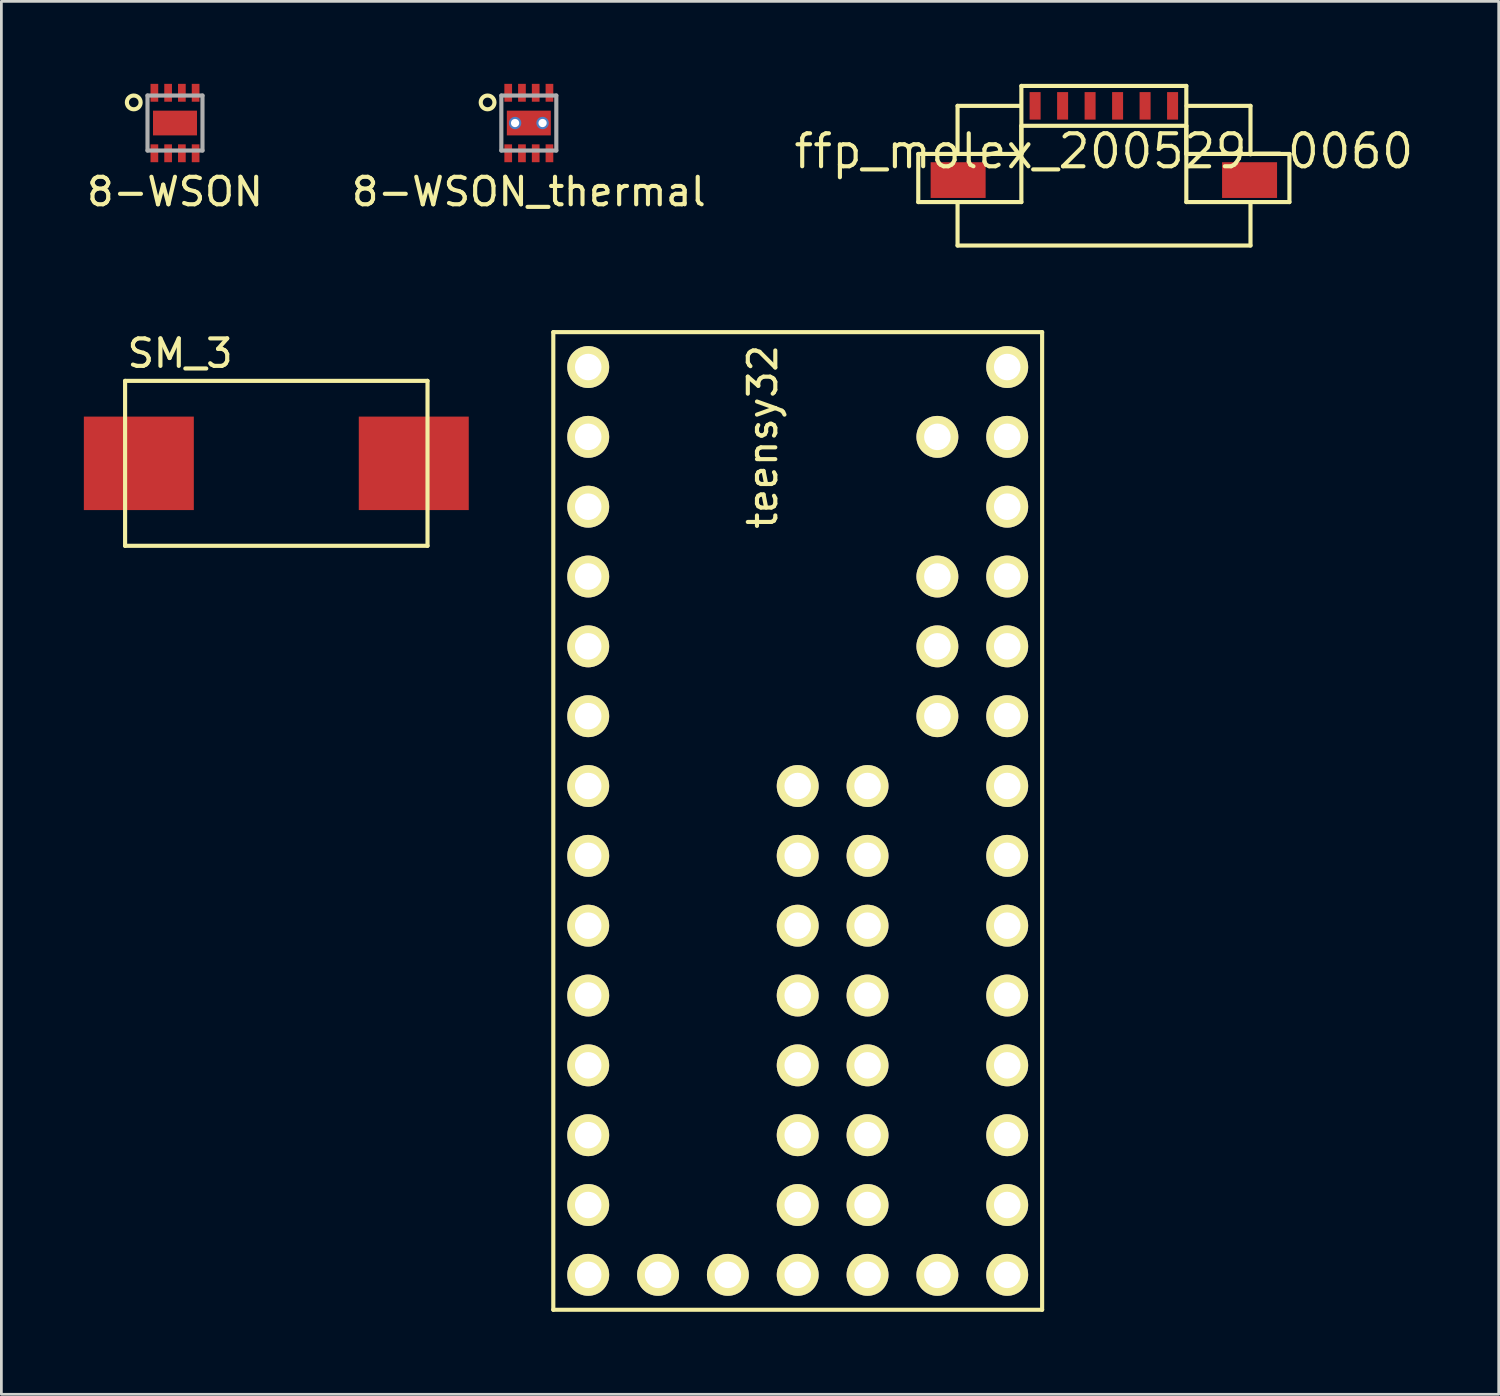
<source format=kicad_pcb>
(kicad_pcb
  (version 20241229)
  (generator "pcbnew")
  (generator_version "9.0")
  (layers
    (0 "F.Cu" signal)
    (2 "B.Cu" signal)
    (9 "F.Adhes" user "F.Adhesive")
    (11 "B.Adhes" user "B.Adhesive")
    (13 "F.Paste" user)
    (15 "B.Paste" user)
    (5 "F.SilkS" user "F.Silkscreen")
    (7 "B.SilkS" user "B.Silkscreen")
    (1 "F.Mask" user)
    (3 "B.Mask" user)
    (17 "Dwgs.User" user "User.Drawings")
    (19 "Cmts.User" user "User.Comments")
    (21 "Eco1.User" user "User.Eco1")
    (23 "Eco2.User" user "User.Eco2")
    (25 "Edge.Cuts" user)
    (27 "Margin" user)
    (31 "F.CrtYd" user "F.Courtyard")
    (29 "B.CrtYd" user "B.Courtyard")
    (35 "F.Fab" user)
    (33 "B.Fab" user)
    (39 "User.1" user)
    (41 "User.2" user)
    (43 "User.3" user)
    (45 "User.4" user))
  (footprint "8-WSON_thermal"
    (layer "F.Cu")
    (at 16.185 1.425)
    (property "Reference" "8-WSON_thermal" (at 0 2.5 0) (layer "F.SilkS") (effects (font (size 1 1) (thickness 0.15))))
    (attr through_hole)
    (fp_circle (center -1.5 -0.75) (end -1.75 -0.75) (stroke (width 0.15) (type solid)) (fill no) (layer "F.SilkS"))
    (fp_line (start -1 -1) (end 1 -1) (stroke (width 0.15) (type solid)) (layer "F.Fab"))
    (fp_line (start -1 1) (end -1 -1) (stroke (width 0.15) (type solid)) (layer "F.Fab"))
    (fp_line (start 1 -1) (end 1 1) (stroke (width 0.15) (type solid)) (layer "F.Fab"))
    (fp_line (start 1 1) (end -1 1) (stroke (width 0.15) (type solid)) (layer "F.Fab"))
    (pad "1" smd rect (at -0.75 -1.1) (size 0.28 0.65) (layers "F.Cu" "F.Mask" "F.Paste"))
    (pad "2" smd rect (at -0.25 -1.1) (size 0.28 0.65) (layers "F.Cu" "F.Mask" "F.Paste"))
    (pad "3" smd rect (at 0.25 -1.1) (size 0.28 0.65) (layers "F.Cu" "F.Mask" "F.Paste"))
    (pad "4" smd rect (at 0.75 -1.1) (size 0.28 0.65) (layers "F.Cu" "F.Mask" "F.Paste"))
    (pad "5" smd rect (at 0.75 1.1) (size 0.28 0.65) (layers "F.Cu" "F.Mask" "F.Paste"))
    (pad "6" smd rect (at 0.25 1.1) (size 0.28 0.65) (layers "F.Cu" "F.Mask" "F.Paste"))
    (pad "7" smd rect (at -0.25 1.1) (size 0.28 0.65) (layers "F.Cu" "F.Mask" "F.Paste"))
    (pad "8" smd rect (at -0.75 1.1) (size 0.28 0.65) (layers "F.Cu" "F.Mask" "F.Paste"))
    (pad "EP" thru_hole circle (at -0.5 0) (size 0.45 0.45) (drill 0.3) (layers "*.Cu" "*.Mask"))
    (pad "EP" smd rect (at 0 0) (size 1.6 0.9) (layers "F.Cu" "F.Mask" "F.Paste"))
    (pad "EP" thru_hole circle (at 0.5 0) (size 0.45 0.45) (drill 0.3) (layers "*.Cu" "*.Mask")))
  (footprint "8-WSON"
    (layer "F.Cu")
    (at 3.315 1.425)
    (property "Reference" "8-WSON" (at 0 2.5 0) (layer "F.SilkS") (effects (font (size 1 1) (thickness 0.15))))
    (attr through_hole)
    (fp_circle (center -1.5 -0.75) (end -1.75 -0.75) (stroke (width 0.15) (type solid)) (fill no) (layer "F.SilkS"))
    (fp_line (start -1 -1) (end 1 -1) (stroke (width 0.15) (type solid)) (layer "F.Fab"))
    (fp_line (start -1 1) (end -1 -1) (stroke (width 0.15) (type solid)) (layer "F.Fab"))
    (fp_line (start 1 -1) (end 1 1) (stroke (width 0.15) (type solid)) (layer "F.Fab"))
    (fp_line (start 1 1) (end -1 1) (stroke (width 0.15) (type solid)) (layer "F.Fab"))
    (pad "1" smd rect (at -0.75 -1.1) (size 0.28 0.65) (layers "F.Cu" "F.Mask" "F.Paste"))
    (pad "2" smd rect (at -0.25 -1.1) (size 0.28 0.65) (layers "F.Cu" "F.Mask" "F.Paste"))
    (pad "3" smd rect (at 0.25 -1.1) (size 0.28 0.65) (layers "F.Cu" "F.Mask" "F.Paste"))
    (pad "4" smd rect (at 0.75 -1.1) (size 0.28 0.65) (layers "F.Cu" "F.Mask" "F.Paste"))
    (pad "5" smd rect (at 0.75 1.1) (size 0.28 0.65) (layers "F.Cu" "F.Mask" "F.Paste"))
    (pad "6" smd rect (at 0.25 1.1) (size 0.28 0.65) (layers "F.Cu" "F.Mask" "F.Paste"))
    (pad "7" smd rect (at -0.25 1.1) (size 0.28 0.65) (layers "F.Cu" "F.Mask" "F.Paste"))
    (pad "8" smd rect (at -0.75 1.1) (size 0.28 0.65) (layers "F.Cu" "F.Mask" "F.Paste"))
    (pad "EP" smd rect (at 0 0) (size 1.6 0.9) (layers "F.Cu" "F.Mask" "F.Paste")))
  (footprint "SM_3"
    (layer "F.Cu")
    (at 2 13.803)
    (property "Reference" "SM_3" (at 1.5 -4 0) (layer "F.SilkS") (effects (font (size 1 1) (thickness 0.15))))
    (attr through_hole)
    (fp_line (start -0.5 -3) (end 10.5 -3) (stroke (width 0.15) (type solid)) (layer "F.SilkS"))
    (fp_line (start -0.5 3) (end -0.5 -3) (stroke (width 0.15) (type solid)) (layer "F.SilkS"))
    (fp_line (start 10.5 -3) (end 10.5 3) (stroke (width 0.15) (type solid)) (layer "F.SilkS"))
    (fp_line (start 10.5 3) (end -0.5 3) (stroke (width 0.15) (type solid)) (layer "F.SilkS"))
    (pad "1" smd rect (at 0 0) (size 4 3.4) (layers "F.Cu" "F.Mask" "F.Paste"))
    (pad "2" smd rect (at 10 0) (size 4 3.4) (layers "F.Cu" "F.Mask" "F.Paste")))
  (footprint "ffp_molex_200529-0060"
    (layer "F.Cu")
    (at 37.1 0.8)
    (property "Reference" "ffp_molex_200529-0060" (at 0 1.65 0) (layer "F.SilkS") (effects (font (size 1.2 1.2) (thickness 0.15))))
    (attr through_hole)
    (fp_line (start -6.75 1.75) (end -3 1.75) (stroke (width 0.15) (type solid)) (layer "F.SilkS"))
    (fp_line (start -6.75 3.5) (end -6.75 1.75) (stroke (width 0.15) (type solid)) (layer "F.SilkS"))
    (fp_line (start -5.321 0) (end -5.321 1.664) (stroke (width 0.15) (type solid)) (layer "F.SilkS"))
    (fp_line (start -5.321 3.543) (end -5.321 5.08) (stroke (width 0.15) (type solid)) (layer "F.SilkS"))
    (fp_line (start -5.321 5.08) (end 5.334 5.08) (stroke (width 0.15) (type solid)) (layer "F.SilkS"))
    (fp_line (start -3.048 0) (end -5.321 0) (stroke (width 0.15) (type solid)) (layer "F.SilkS"))
    (fp_line (start -3 -0.725) (end 3 -0.725) (stroke (width 0.15) (type solid)) (layer "F.SilkS"))
    (fp_line (start -3 0.725) (end -3 3.5) (stroke (width 0.15) (type solid)) (layer "F.SilkS"))
    (fp_line (start -3 0.725) (end 3 0.725) (stroke (width 0.15) (type solid)) (layer "F.SilkS"))
    (fp_line (start -3 1.75) (end -3 -0.725) (stroke (width 0.15) (type solid)) (layer "F.SilkS"))
    (fp_line (start -3 3.5) (end -6.75 3.5) (stroke (width 0.15) (type solid)) (layer "F.SilkS"))
    (fp_line (start 3 0.725) (end 3 3.5) (stroke (width 0.15) (type solid)) (layer "F.SilkS"))
    (fp_line (start 3 1.75) (end 3 -0.725) (stroke (width 0.15) (type solid)) (layer "F.SilkS"))
    (fp_line (start 3 3.5) (end 6.75 3.5) (stroke (width 0.15) (type solid)) (layer "F.SilkS"))
    (fp_line (start 3.01 0) (end 5.334 0) (stroke (width 0.15) (type solid)) (layer "F.SilkS"))
    (fp_line (start 5.334 0) (end 5.334 1.765) (stroke (width 0.15) (type solid)) (layer "F.SilkS"))
    (fp_line (start 5.334 5.08) (end 5.334 3.505) (stroke (width 0.15) (type solid)) (layer "F.SilkS"))
    (fp_line (start 6.75 1.75) (end 3 1.75) (stroke (width 0.15) (type solid)) (layer "F.SilkS"))
    (fp_line (start 6.75 3.5) (end 6.75 1.75) (stroke (width 0.15) (type solid)) (layer "F.SilkS"))
    (pad "0" smd rect (at -5.3 2.7) (size 2 1.3) (layers "F.Cu" "F.Mask" "F.Paste"))
    (pad "0" smd rect (at 5.3 2.7) (size 2 1.3) (layers "F.Cu" "F.Mask" "F.Paste"))
    (pad "1" smd rect (at -2.5 0) (size 0.4 1) (layers "F.Cu" "F.Mask" "F.Paste"))
    (pad "2" smd rect (at -1.5 0) (size 0.4 1) (layers "F.Cu" "F.Mask" "F.Paste"))
    (pad "3" smd rect (at -0.5 0) (size 0.4 1) (layers "F.Cu" "F.Mask" "F.Paste"))
    (pad "4" smd rect (at 0.5 0) (size 0.4 1) (layers "F.Cu" "F.Mask" "F.Paste"))
    (pad "5" smd rect (at 1.5 0) (size 0.4 1) (layers "F.Cu" "F.Mask" "F.Paste"))
    (pad "6" smd rect (at 2.5 0) (size 0.4 1) (layers "F.Cu" "F.Mask" "F.Paste")))
  (footprint "teensy32"
    (layer "F.Cu")
    (at 25.965 26.81)
    (property "Reference" "teensy32" (at -1.27 -13.97 90) (layer "F.SilkS") (effects (font (size 1 1) (thickness 0.15))))
    (attr through_hole)
    (fp_line (start -8.89 -17.78) (end -8.89 17.78) (stroke (width 0.15) (type solid)) (layer "F.SilkS"))
    (fp_line (start -8.89 17.78) (end 8.89 17.78) (stroke (width 0.15) (type solid)) (layer "F.SilkS"))
    (fp_line (start 8.89 -17.78) (end -8.89 -17.78) (stroke (width 0.15) (type solid)) (layer "F.SilkS"))
    (fp_line (start 8.89 17.78) (end 8.89 -17.78) (stroke (width 0.15) (type solid)) (layer "F.SilkS"))
    (pad "0" thru_hole circle (at -7.62 -13.97) (size 1.524 1.524) (drill 0.965) (layers "*.Cu" "*.Mask" "F.SilkS"))
    (pad "1" thru_hole circle (at -7.62 -11.43) (size 1.524 1.524) (drill 0.965) (layers "*.Cu" "*.Mask" "F.SilkS"))
    (pad "2" thru_hole circle (at -7.62 -8.89) (size 1.524 1.524) (drill 0.965) (layers "*.Cu" "*.Mask" "F.SilkS"))
    (pad "3" thru_hole circle (at -7.62 -6.35) (size 1.524 1.524) (drill 0.965) (layers "*.Cu" "*.Mask" "F.SilkS"))
    (pad "4" thru_hole circle (at -7.62 -3.81) (size 1.524 1.524) (drill 0.965) (layers "*.Cu" "*.Mask" "F.SilkS"))
    (pad "5" thru_hole circle (at -7.62 -1.27) (size 1.524 1.524) (drill 0.965) (layers "*.Cu" "*.Mask" "F.SilkS"))
    (pad "6" thru_hole circle (at -7.62 1.27) (size 1.524 1.524) (drill 0.965) (layers "*.Cu" "*.Mask" "F.SilkS"))
    (pad "7" thru_hole circle (at -7.62 3.81) (size 1.524 1.524) (drill 0.965) (layers "*.Cu" "*.Mask" "F.SilkS"))
    (pad "8" thru_hole circle (at -7.62 6.35) (size 1.524 1.524) (drill 0.965) (layers "*.Cu" "*.Mask" "F.SilkS"))
    (pad "9" thru_hole circle (at -7.62 8.89) (size 1.524 1.524) (drill 0.965) (layers "*.Cu" "*.Mask" "F.SilkS"))
    (pad "10" thru_hole circle (at -7.62 11.43) (size 1.524 1.524) (drill 0.965) (layers "*.Cu" "*.Mask" "F.SilkS"))
    (pad "11" thru_hole circle (at -7.62 13.97) (size 1.524 1.524) (drill 0.965) (layers "*.Cu" "*.Mask" "F.SilkS"))
    (pad "12" thru_hole circle (at -7.62 16.51) (size 1.524 1.524) (drill 0.965) (layers "*.Cu" "*.Mask" "F.SilkS"))
    (pad "13" thru_hole circle (at 7.62 16.51) (size 1.524 1.524) (drill 0.965) (layers "*.Cu" "*.Mask" "F.SilkS"))
    (pad "14" thru_hole circle (at 7.62 13.97) (size 1.524 1.524) (drill 0.965) (layers "*.Cu" "*.Mask" "F.SilkS"))
    (pad "15" thru_hole circle (at 7.62 11.43) (size 1.524 1.524) (drill 0.965) (layers "*.Cu" "*.Mask" "F.SilkS"))
    (pad "16" thru_hole circle (at 7.62 8.89) (size 1.524 1.524) (drill 0.965) (layers "*.Cu" "*.Mask" "F.SilkS"))
    (pad "17" thru_hole circle (at 7.62 6.35) (size 1.524 1.524) (drill 0.965) (layers "*.Cu" "*.Mask" "F.SilkS"))
    (pad "18" thru_hole circle (at 7.62 3.81) (size 1.524 1.524) (drill 0.965) (layers "*.Cu" "*.Mask" "F.SilkS"))
    (pad "19" thru_hole circle (at 7.62 1.27) (size 1.524 1.524) (drill 0.965) (layers "*.Cu" "*.Mask" "F.SilkS"))
    (pad "20" thru_hole circle (at 7.62 -1.27) (size 1.524 1.524) (drill 0.965) (layers "*.Cu" "*.Mask" "F.SilkS"))
    (pad "21" thru_hole circle (at 7.62 -3.81) (size 1.524 1.524) (drill 0.965) (layers "*.Cu" "*.Mask" "F.SilkS"))
    (pad "22" thru_hole circle (at 7.62 -6.35) (size 1.524 1.524) (drill 0.965) (layers "*.Cu" "*.Mask" "F.SilkS"))
    (pad "23" thru_hole circle (at 7.62 -8.89) (size 1.524 1.524) (drill 0.965) (layers "*.Cu" "*.Mask" "F.SilkS"))
    (pad "24" thru_hole circle (at 0 3.81) (size 1.524 1.524) (drill 0.965) (layers "*.Cu" "*.Mask" "F.SilkS"))
    (pad "25" thru_hole circle (at 0 6.35) (size 1.524 1.524) (drill 0.965) (layers "*.Cu" "*.Mask" "F.SilkS"))
    (pad "26" thru_hole circle (at 0 8.89) (size 1.524 1.524) (drill 0.965) (layers "*.Cu" "*.Mask" "F.SilkS"))
    (pad "27" thru_hole circle (at 0 11.43) (size 1.524 1.524) (drill 0.965) (layers "*.Cu" "*.Mask" "F.SilkS"))
    (pad "28" thru_hole circle (at 0 13.97) (size 1.524 1.524) (drill 0.965) (layers "*.Cu" "*.Mask" "F.SilkS"))
    (pad "29" thru_hole circle (at 2.54 13.97) (size 1.524 1.524) (drill 0.965) (layers "*.Cu" "*.Mask" "F.SilkS"))
    (pad "30" thru_hole circle (at 2.54 11.43) (size 1.524 1.524) (drill 0.965) (layers "*.Cu" "*.Mask" "F.SilkS"))
    (pad "31" thru_hole circle (at 2.54 8.89) (size 1.524 1.524) (drill 0.965) (layers "*.Cu" "*.Mask" "F.SilkS"))
    (pad "32" thru_hole circle (at 2.54 6.35) (size 1.524 1.524) (drill 0.965) (layers "*.Cu" "*.Mask" "F.SilkS"))
    (pad "33" thru_hole circle (at 2.54 3.81) (size 1.524 1.524) (drill 0.965) (layers "*.Cu" "*.Mask" "F.SilkS"))
    (pad "34" thru_hole circle (at 7.62 -16.51) (size 1.524 1.524) (drill 0.965) (layers "*.Cu" "*.Mask" "F.SilkS"))
    (pad "35" thru_hole circle (at 7.62 -13.97) (size 1.524 1.524) (drill 0.965) (layers "*.Cu" "*.Mask" "F.SilkS"))
    (pad "36" thru_hole circle (at 7.62 -11.43) (size 1.524 1.524) (drill 0.965) (layers "*.Cu" "*.Mask" "F.SilkS"))
    (pad "37" thru_hole circle (at 5.08 16.51) (size 1.524 1.524) (drill 0.965) (layers "*.Cu" "*.Mask" "F.SilkS"))
    (pad "38" thru_hole circle (at 2.54 16.51) (size 1.524 1.524) (drill 0.965) (layers "*.Cu" "*.Mask" "F.SilkS"))
    (pad "39" thru_hole circle (at 0 16.51) (size 1.524 1.524) (drill 0.965) (layers "*.Cu" "*.Mask" "F.SilkS"))
    (pad "40" thru_hole circle (at -2.54 16.51) (size 1.524 1.524) (drill 0.965) (layers "*.Cu" "*.Mask" "F.SilkS"))
    (pad "41" thru_hole circle (at -5.08 16.51) (size 1.524 1.524) (drill 0.965) (layers "*.Cu" "*.Mask" "F.SilkS"))
    (pad "42" thru_hole circle (at -7.62 -16.51) (size 1.524 1.524) (drill 0.965) (layers "*.Cu" "*.Mask" "F.SilkS"))
    (pad "43" thru_hole circle (at 2.54 1.27) (size 1.524 1.524) (drill 0.965) (layers "*.Cu" "*.Mask" "F.SilkS"))
    (pad "44" thru_hole circle (at 5.08 -6.35) (size 1.524 1.524) (drill 0.965) (layers "*.Cu" "*.Mask" "F.SilkS"))
    (pad "45" thru_hole circle (at 5.08 -3.81) (size 1.524 1.524) (drill 0.965) (layers "*.Cu" "*.Mask" "F.SilkS"))
    (pad "46" thru_hole circle (at 0 -1.27) (size 1.524 1.524) (drill 0.965) (layers "*.Cu" "*.Mask" "F.SilkS"))
    (pad "47" thru_hole circle (at 2.54 -1.27) (size 1.524 1.524) (drill 0.965) (layers "*.Cu" "*.Mask" "F.SilkS"))
    (pad "48" thru_hole circle (at 5.08 -8.89) (size 1.524 1.524) (drill 0.965) (layers "*.Cu" "*.Mask" "F.SilkS"))
    (pad "49" thru_hole circle (at 5.08 -13.97) (size 1.524 1.524) (drill 0.965) (layers "*.Cu" "*.Mask" "F.SilkS"))
    (pad "50" thru_hole circle (at 0 1.27) (size 1.524 1.524) (drill 0.965) (layers "*.Cu" "*.Mask" "F.SilkS")))
  (gr_rect
    (start -3 -3)
    (end 51.462 47.665)
    (stroke (width 0.1) (type default))
    (fill no)
    (layer "Edge.Cuts")))
</source>
